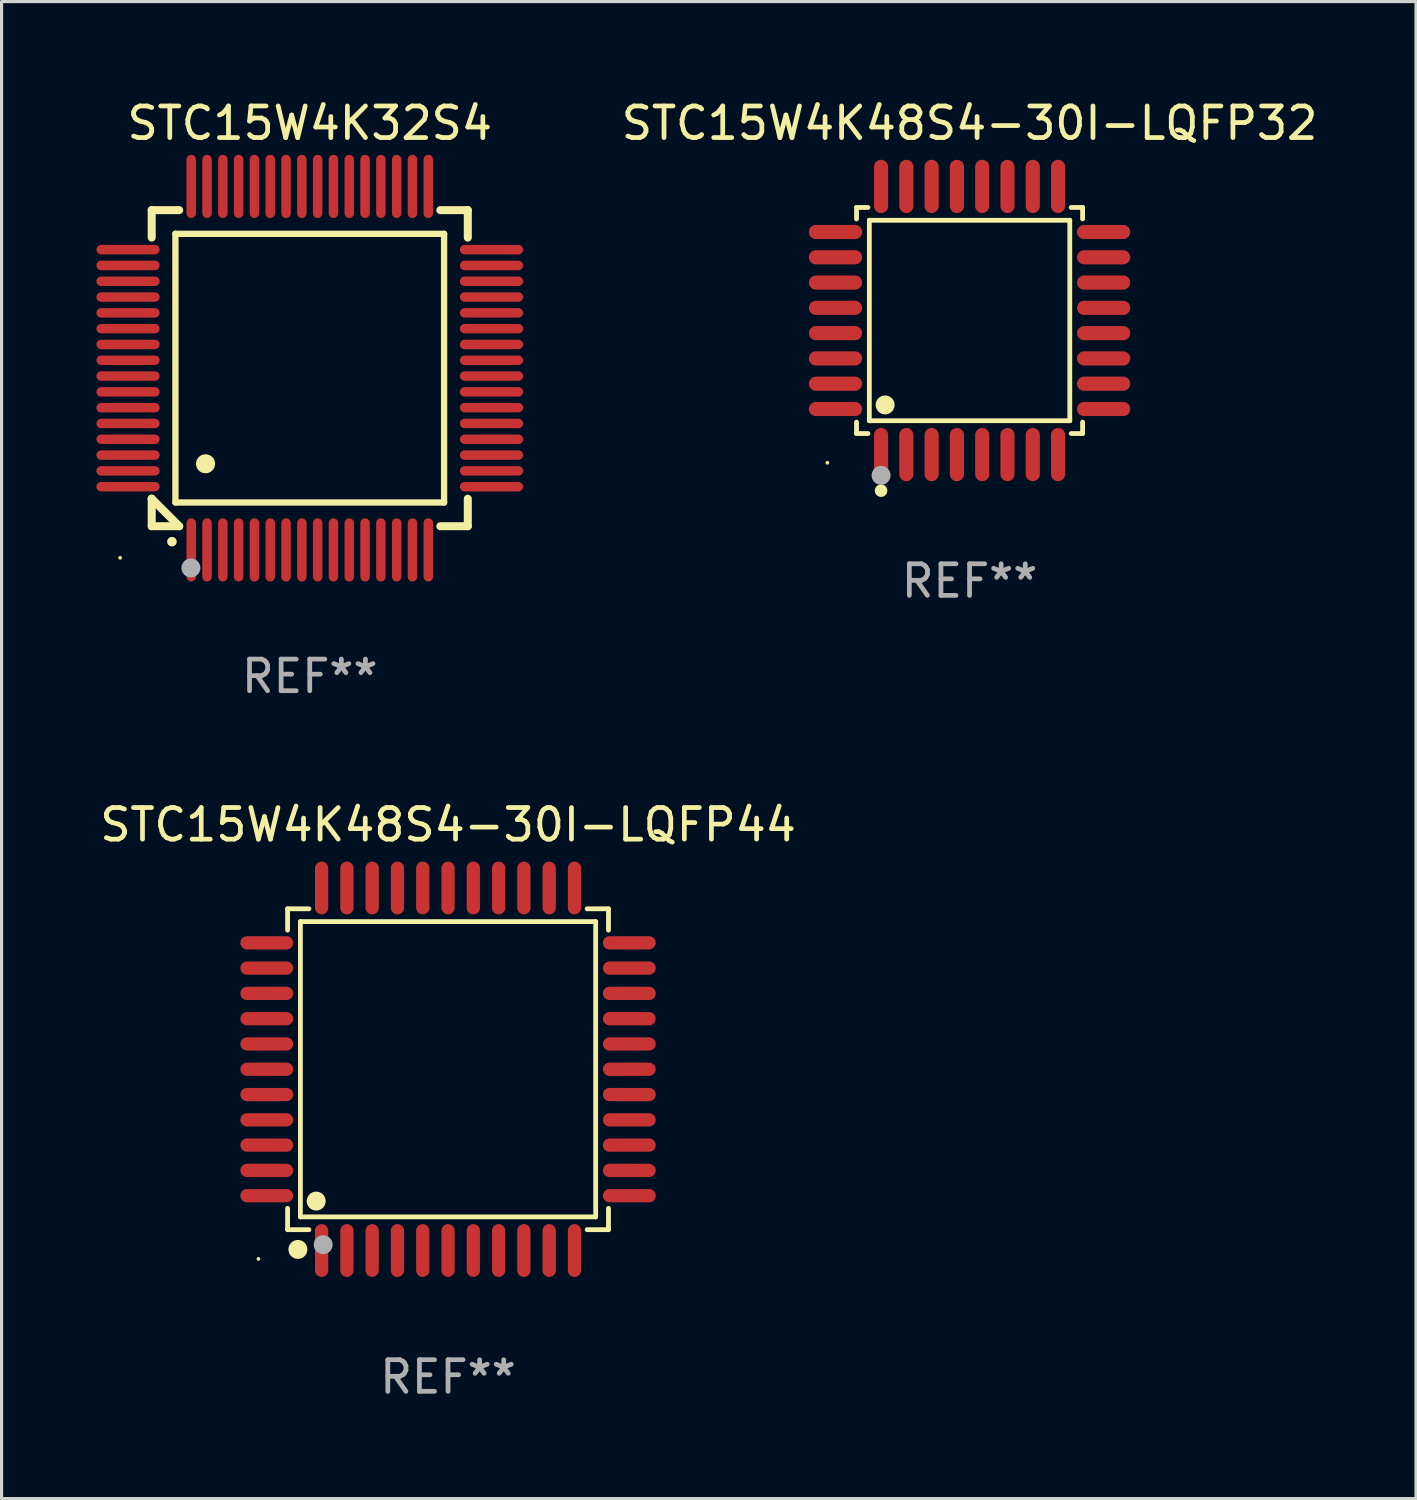
<source format=kicad_pcb>
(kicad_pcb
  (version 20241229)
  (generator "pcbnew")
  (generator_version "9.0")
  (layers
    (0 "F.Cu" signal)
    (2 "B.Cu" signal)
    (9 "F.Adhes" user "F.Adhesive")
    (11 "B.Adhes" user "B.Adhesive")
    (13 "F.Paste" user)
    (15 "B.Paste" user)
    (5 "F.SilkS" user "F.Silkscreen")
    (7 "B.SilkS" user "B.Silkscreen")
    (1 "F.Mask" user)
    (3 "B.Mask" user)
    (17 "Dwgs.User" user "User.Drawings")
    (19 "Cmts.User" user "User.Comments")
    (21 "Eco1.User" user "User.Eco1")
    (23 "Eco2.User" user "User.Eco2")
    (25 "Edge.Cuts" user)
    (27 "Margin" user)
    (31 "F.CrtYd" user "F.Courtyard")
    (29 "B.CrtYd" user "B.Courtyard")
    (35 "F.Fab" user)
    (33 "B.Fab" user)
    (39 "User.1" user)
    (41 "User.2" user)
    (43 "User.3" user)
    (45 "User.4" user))
  (footprint "STC15W4K32S4"
    (layer "F.Cu")
    (at 6.75 8.598)
    (property "Reference" "STC15W4K32S4" (at 0 -7.75 0) (layer "F.SilkS") (effects (font (size 1 1) (thickness 0.15))))
    (attr through_hole)
    (fp_line (start -5 -5) (end -4.131 -5) (stroke (width 0.254) (type solid)) (layer "F.SilkS"))
    (fp_line (start -5 -4.131) (end -5 -5) (stroke (width 0.254) (type solid)) (layer "F.SilkS"))
    (fp_line (start -5 4.131) (end -5 4.131) (stroke (width 0.254) (type solid)) (layer "F.SilkS"))
    (fp_line (start -5 5) (end -5 4.131) (stroke (width 0.254) (type solid)) (layer "F.SilkS"))
    (fp_line (start -5 4.131) (end -4.131 5) (stroke (width 0.254) (type solid)) (layer "F.SilkS"))
    (fp_line (start -4.25 -4.25) (end -4.25 4.25) (stroke (width 0.2) (type solid)) (layer "F.SilkS"))
    (fp_line (start -4.25 4.25) (end 4.25 4.25) (stroke (width 0.2) (type solid)) (layer "F.SilkS"))
    (fp_line (start -4.131 5) (end -5 5) (stroke (width 0.254) (type solid)) (layer "F.SilkS"))
    (fp_line (start 4.25 -4.25) (end -4.25 -4.25) (stroke (width 0.2) (type solid)) (layer "F.SilkS"))
    (fp_line (start 4.25 4.25) (end 4.25 -4.25) (stroke (width 0.2) (type solid)) (layer "F.SilkS"))
    (fp_line (start 5 -5) (end 4.131 -5) (stroke (width 0.254) (type solid)) (layer "F.SilkS"))
    (fp_line (start 5 -5) (end 5 -4.131) (stroke (width 0.254) (type solid)) (layer "F.SilkS"))
    (fp_line (start 5 4.131) (end 5 5) (stroke (width 0.254) (type solid)) (layer "F.SilkS"))
    (fp_line (start 5 5) (end 4.131 5) (stroke (width 0.254) (type solid)) (layer "F.SilkS"))
    (fp_arc (start -4.361265 5.489992) (mid -4.359995 5.489987) (end -4.358725 5.489992) (stroke (width 0.3) (type solid)) (layer "F.SilkS"))
    (fp_arc (start -3.299467 3.025146) (mid -3.296927 3.025135) (end -3.294387 3.025146) (stroke (width 0.6) (type solid)) (layer "F.SilkS"))
    (fp_circle (center -6 6) (end -5.97 6) (stroke (width 0.06) (type solid)) (fill no) (layer "F.SilkS"))
    (fp_circle (center -3.76 6.32) (end -3.61 6.32) (stroke (width 0.3) (type solid)) (fill no) (layer "F.Fab"))
    (fp_text user "REF**" (at 0 9.75 0) (layer "F.Fab") (effects (font (size 1 1) (thickness 0.15))))
    (pad "1" smd oval (at -3.75 5.75) (size 0.3 2) (layers "F.Cu" "F.Mask" "F.Paste"))
    (pad "2" smd oval (at -3.25 5.75) (size 0.3 2) (layers "F.Cu" "F.Mask" "F.Paste"))
    (pad "3" smd oval (at -2.75 5.75) (size 0.3 2) (layers "F.Cu" "F.Mask" "F.Paste"))
    (pad "4" smd oval (at -2.25 5.75) (size 0.3 2) (layers "F.Cu" "F.Mask" "F.Paste"))
    (pad "5" smd oval (at -1.75 5.75) (size 0.3 2) (layers "F.Cu" "F.Mask" "F.Paste"))
    (pad "6" smd oval (at -1.25 5.75) (size 0.3 2) (layers "F.Cu" "F.Mask" "F.Paste"))
    (pad "7" smd oval (at -0.75 5.75) (size 0.3 2) (layers "F.Cu" "F.Mask" "F.Paste"))
    (pad "8" smd oval (at -0.25 5.75) (size 0.3 2) (layers "F.Cu" "F.Mask" "F.Paste"))
    (pad "9" smd oval (at 0.25 5.75) (size 0.3 2) (layers "F.Cu" "F.Mask" "F.Paste"))
    (pad "10" smd oval (at 0.75 5.75) (size 0.3 2) (layers "F.Cu" "F.Mask" "F.Paste"))
    (pad "11" smd oval (at 1.25 5.75) (size 0.3 2) (layers "F.Cu" "F.Mask" "F.Paste"))
    (pad "12" smd oval (at 1.75 5.75) (size 0.3 2) (layers "F.Cu" "F.Mask" "F.Paste"))
    (pad "13" smd oval (at 2.25 5.75) (size 0.3 2) (layers "F.Cu" "F.Mask" "F.Paste"))
    (pad "14" smd oval (at 2.75 5.75) (size 0.3 2) (layers "F.Cu" "F.Mask" "F.Paste"))
    (pad "15" smd oval (at 3.25 5.75) (size 0.3 2) (layers "F.Cu" "F.Mask" "F.Paste"))
    (pad "16" smd oval (at 3.75 5.75) (size 0.3 2) (layers "F.Cu" "F.Mask" "F.Paste"))
    (pad "17" smd oval (at 5.75 3.75) (size 2 0.3) (layers "F.Cu" "F.Mask" "F.Paste"))
    (pad "18" smd oval (at 5.75 3.25) (size 2 0.3) (layers "F.Cu" "F.Mask" "F.Paste"))
    (pad "19" smd oval (at 5.75 2.75) (size 2 0.3) (layers "F.Cu" "F.Mask" "F.Paste"))
    (pad "20" smd oval (at 5.75 2.25) (size 2 0.3) (layers "F.Cu" "F.Mask" "F.Paste"))
    (pad "21" smd oval (at 5.75 1.75) (size 2 0.3) (layers "F.Cu" "F.Mask" "F.Paste"))
    (pad "22" smd oval (at 5.75 1.25) (size 2 0.3) (layers "F.Cu" "F.Mask" "F.Paste"))
    (pad "23" smd oval (at 5.75 0.75) (size 2 0.3) (layers "F.Cu" "F.Mask" "F.Paste"))
    (pad "24" smd oval (at 5.75 0.25) (size 2 0.3) (layers "F.Cu" "F.Mask" "F.Paste"))
    (pad "25" smd oval (at 5.75 -0.25) (size 2 0.3) (layers "F.Cu" "F.Mask" "F.Paste"))
    (pad "26" smd oval (at 5.75 -0.75) (size 2 0.3) (layers "F.Cu" "F.Mask" "F.Paste"))
    (pad "27" smd oval (at 5.75 -1.25) (size 2 0.3) (layers "F.Cu" "F.Mask" "F.Paste"))
    (pad "28" smd oval (at 5.75 -1.75) (size 2 0.3) (layers "F.Cu" "F.Mask" "F.Paste"))
    (pad "29" smd oval (at 5.75 -2.25) (size 2 0.3) (layers "F.Cu" "F.Mask" "F.Paste"))
    (pad "30" smd oval (at 5.75 -2.75) (size 2 0.3) (layers "F.Cu" "F.Mask" "F.Paste"))
    (pad "31" smd oval (at 5.75 -3.25) (size 2 0.3) (layers "F.Cu" "F.Mask" "F.Paste"))
    (pad "32" smd oval (at 5.75 -3.75) (size 2 0.3) (layers "F.Cu" "F.Mask" "F.Paste"))
    (pad "33" smd oval (at 3.75 -5.75) (size 0.3 2) (layers "F.Cu" "F.Mask" "F.Paste"))
    (pad "34" smd oval (at 3.25 -5.75) (size 0.3 2) (layers "F.Cu" "F.Mask" "F.Paste"))
    (pad "35" smd oval (at 2.75 -5.75) (size 0.3 2) (layers "F.Cu" "F.Mask" "F.Paste"))
    (pad "36" smd oval (at 2.25 -5.75) (size 0.3 2) (layers "F.Cu" "F.Mask" "F.Paste"))
    (pad "37" smd oval (at 1.75 -5.75) (size 0.3 2) (layers "F.Cu" "F.Mask" "F.Paste"))
    (pad "38" smd oval (at 1.25 -5.75) (size 0.3 2) (layers "F.Cu" "F.Mask" "F.Paste"))
    (pad "39" smd oval (at 0.75 -5.75) (size 0.3 2) (layers "F.Cu" "F.Mask" "F.Paste"))
    (pad "40" smd oval (at 0.25 -5.75) (size 0.3 2) (layers "F.Cu" "F.Mask" "F.Paste"))
    (pad "41" smd oval (at -0.25 -5.75) (size 0.3 2) (layers "F.Cu" "F.Mask" "F.Paste"))
    (pad "42" smd oval (at -0.75 -5.75) (size 0.3 2) (layers "F.Cu" "F.Mask" "F.Paste"))
    (pad "43" smd oval (at -1.25 -5.75) (size 0.3 2) (layers "F.Cu" "F.Mask" "F.Paste"))
    (pad "44" smd oval (at -1.75 -5.75) (size 0.3 2) (layers "F.Cu" "F.Mask" "F.Paste"))
    (pad "45" smd oval (at -2.25 -5.75) (size 0.3 2) (layers "F.Cu" "F.Mask" "F.Paste"))
    (pad "46" smd oval (at -2.75 -5.75) (size 0.3 2) (layers "F.Cu" "F.Mask" "F.Paste"))
    (pad "47" smd oval (at -3.25 -5.75) (size 0.3 2) (layers "F.Cu" "F.Mask" "F.Paste"))
    (pad "48" smd oval (at -3.75 -5.75) (size 0.3 2) (layers "F.Cu" "F.Mask" "F.Paste"))
    (pad "49" smd oval (at -5.75 -3.75) (size 2 0.3) (layers "F.Cu" "F.Mask" "F.Paste"))
    (pad "50" smd oval (at -5.75 -3.25) (size 2 0.3) (layers "F.Cu" "F.Mask" "F.Paste"))
    (pad "51" smd oval (at -5.75 -2.75) (size 2 0.3) (layers "F.Cu" "F.Mask" "F.Paste"))
    (pad "52" smd oval (at -5.75 -2.25) (size 2 0.3) (layers "F.Cu" "F.Mask" "F.Paste"))
    (pad "53" smd oval (at -5.75 -1.75) (size 2 0.3) (layers "F.Cu" "F.Mask" "F.Paste"))
    (pad "54" smd oval (at -5.75 -1.25) (size 2 0.3) (layers "F.Cu" "F.Mask" "F.Paste"))
    (pad "55" smd oval (at -5.75 -0.75) (size 2 0.3) (layers "F.Cu" "F.Mask" "F.Paste"))
    (pad "56" smd oval (at -5.75 -0.25) (size 2 0.3) (layers "F.Cu" "F.Mask" "F.Paste"))
    (pad "57" smd oval (at -5.75 0.25) (size 2 0.3) (layers "F.Cu" "F.Mask" "F.Paste"))
    (pad "58" smd oval (at -5.75 0.75) (size 2 0.3) (layers "F.Cu" "F.Mask" "F.Paste"))
    (pad "59" smd oval (at -5.75 1.25) (size 2 0.3) (layers "F.Cu" "F.Mask" "F.Paste"))
    (pad "60" smd oval (at -5.75 1.75) (size 2 0.3) (layers "F.Cu" "F.Mask" "F.Paste"))
    (pad "61" smd oval (at -5.75 2.25) (size 2 0.3) (layers "F.Cu" "F.Mask" "F.Paste"))
    (pad "62" smd oval (at -5.75 2.75) (size 2 0.3) (layers "F.Cu" "F.Mask" "F.Paste"))
    (pad "63" smd oval (at -5.75 3.25) (size 2 0.3) (layers "F.Cu" "F.Mask" "F.Paste"))
    (pad "64" smd oval (at -5.75 3.75) (size 2 0.3) (layers "F.Cu" "F.Mask" "F.Paste")))
  (footprint "STC15W4K48S4-30I-LQFP44"
    (layer "F.Cu")
    (at 11.125 30.779)
    (property "Reference" "STC15W4K48S4-30I-LQFP44" (at 0 -7.735 0) (layer "F.SilkS") (effects (font (size 1 1) (thickness 0.15))))
    (attr through_hole)
    (fp_line (start -5.076 -5.076) (end -4.401 -5.076) (stroke (width 0.152) (type solid)) (layer "F.SilkS"))
    (fp_line (start -5.076 -4.401) (end -5.076 -5.076) (stroke (width 0.152) (type solid)) (layer "F.SilkS"))
    (fp_line (start -5.076 4.401) (end -5.076 5.076) (stroke (width 0.152) (type solid)) (layer "F.SilkS"))
    (fp_line (start -5.076 5.076) (end -4.401 5.076) (stroke (width 0.152) (type solid)) (layer "F.SilkS"))
    (fp_line (start -4.671 -4.671) (end 4.671 -4.671) (stroke (width 0.152) (type solid)) (layer "F.SilkS"))
    (fp_line (start -4.671 4.671) (end -4.671 -4.671) (stroke (width 0.152) (type solid)) (layer "F.SilkS"))
    (fp_line (start 4.671 -4.671) (end 4.671 4.671) (stroke (width 0.152) (type solid)) (layer "F.SilkS"))
    (fp_line (start 4.671 4.671) (end -4.671 4.671) (stroke (width 0.152) (type solid)) (layer "F.SilkS"))
    (fp_line (start 5.076 -5.076) (end 4.401 -5.076) (stroke (width 0.152) (type solid)) (layer "F.SilkS"))
    (fp_line (start 5.076 -4.401) (end 5.076 -5.076) (stroke (width 0.152) (type solid)) (layer "F.SilkS"))
    (fp_line (start 5.076 4.401) (end 5.076 5.076) (stroke (width 0.152) (type solid)) (layer "F.SilkS"))
    (fp_line (start 5.076 5.076) (end 4.401 5.076) (stroke (width 0.152) (type solid)) (layer "F.SilkS"))
    (fp_circle (center -6 6) (end -5.97 6) (stroke (width 0.06) (type solid)) (fill no) (layer "F.SilkS"))
    (fp_circle (center -4.75 5.7) (end -4.6 5.7) (stroke (width 0.3) (type solid)) (fill no) (layer "F.SilkS"))
    (fp_circle (center -4.171 4.171) (end -4.021 4.171) (stroke (width 0.3) (type solid)) (fill no) (layer "F.SilkS"))
    (fp_circle (center -3.95 5.55) (end -3.8 5.55) (stroke (width 0.3) (type solid)) (fill no) (layer "F.Fab"))
    (fp_text user "REF**" (at 0 9.735 0) (layer "F.Fab") (effects (font (size 1 1) (thickness 0.15))))
    (pad "1" smd oval (at -4 5.735) (size 0.42 1.67) (layers "F.Cu" "F.Mask" "F.Paste"))
    (pad "2" smd oval (at -3.2 5.735) (size 0.42 1.67) (layers "F.Cu" "F.Mask" "F.Paste"))
    (pad "3" smd oval (at -2.4 5.735) (size 0.42 1.67) (layers "F.Cu" "F.Mask" "F.Paste"))
    (pad "4" smd oval (at -1.6 5.735) (size 0.42 1.67) (layers "F.Cu" "F.Mask" "F.Paste"))
    (pad "5" smd oval (at -0.8 5.735) (size 0.42 1.67) (layers "F.Cu" "F.Mask" "F.Paste"))
    (pad "6" smd oval (at 0 5.735) (size 0.42 1.67) (layers "F.Cu" "F.Mask" "F.Paste"))
    (pad "7" smd oval (at 0.8 5.735) (size 0.42 1.67) (layers "F.Cu" "F.Mask" "F.Paste"))
    (pad "8" smd oval (at 1.6 5.735) (size 0.42 1.67) (layers "F.Cu" "F.Mask" "F.Paste"))
    (pad "9" smd oval (at 2.4 5.735) (size 0.42 1.67) (layers "F.Cu" "F.Mask" "F.Paste"))
    (pad "10" smd oval (at 3.2 5.735) (size 0.42 1.67) (layers "F.Cu" "F.Mask" "F.Paste"))
    (pad "11" smd oval (at 4 5.735) (size 0.42 1.67) (layers "F.Cu" "F.Mask" "F.Paste"))
    (pad "12" smd oval (at 5.735 4) (size 1.67 0.42) (layers "F.Cu" "F.Mask" "F.Paste"))
    (pad "13" smd oval (at 5.735 3.2) (size 1.67 0.42) (layers "F.Cu" "F.Mask" "F.Paste"))
    (pad "14" smd oval (at 5.735 2.4) (size 1.67 0.42) (layers "F.Cu" "F.Mask" "F.Paste"))
    (pad "15" smd oval (at 5.735 1.6) (size 1.67 0.42) (layers "F.Cu" "F.Mask" "F.Paste"))
    (pad "16" smd oval (at 5.735 0.8) (size 1.67 0.42) (layers "F.Cu" "F.Mask" "F.Paste"))
    (pad "17" smd oval (at 5.735 0) (size 1.67 0.42) (layers "F.Cu" "F.Mask" "F.Paste"))
    (pad "18" smd oval (at 5.735 -0.8) (size 1.67 0.42) (layers "F.Cu" "F.Mask" "F.Paste"))
    (pad "19" smd oval (at 5.735 -1.6) (size 1.67 0.42) (layers "F.Cu" "F.Mask" "F.Paste"))
    (pad "20" smd oval (at 5.735 -2.4) (size 1.67 0.42) (layers "F.Cu" "F.Mask" "F.Paste"))
    (pad "21" smd oval (at 5.735 -3.2) (size 1.67 0.42) (layers "F.Cu" "F.Mask" "F.Paste"))
    (pad "22" smd oval (at 5.735 -4) (size 1.67 0.42) (layers "F.Cu" "F.Mask" "F.Paste"))
    (pad "23" smd oval (at 4 -5.735) (size 0.42 1.67) (layers "F.Cu" "F.Mask" "F.Paste"))
    (pad "24" smd oval (at 3.2 -5.735) (size 0.42 1.67) (layers "F.Cu" "F.Mask" "F.Paste"))
    (pad "25" smd oval (at 2.4 -5.735) (size 0.42 1.67) (layers "F.Cu" "F.Mask" "F.Paste"))
    (pad "26" smd oval (at 1.6 -5.735) (size 0.42 1.67) (layers "F.Cu" "F.Mask" "F.Paste"))
    (pad "27" smd oval (at 0.8 -5.735) (size 0.42 1.67) (layers "F.Cu" "F.Mask" "F.Paste"))
    (pad "28" smd oval (at 0 -5.735) (size 0.42 1.67) (layers "F.Cu" "F.Mask" "F.Paste"))
    (pad "29" smd oval (at -0.8 -5.735) (size 0.42 1.67) (layers "F.Cu" "F.Mask" "F.Paste"))
    (pad "30" smd oval (at -1.6 -5.735) (size 0.42 1.67) (layers "F.Cu" "F.Mask" "F.Paste"))
    (pad "31" smd oval (at -2.4 -5.735) (size 0.42 1.67) (layers "F.Cu" "F.Mask" "F.Paste"))
    (pad "32" smd oval (at -3.2 -5.735) (size 0.42 1.67) (layers "F.Cu" "F.Mask" "F.Paste"))
    (pad "33" smd oval (at -4 -5.735) (size 0.42 1.67) (layers "F.Cu" "F.Mask" "F.Paste"))
    (pad "34" smd oval (at -5.735 -4) (size 1.67 0.42) (layers "F.Cu" "F.Mask" "F.Paste"))
    (pad "35" smd oval (at -5.735 -3.2) (size 1.67 0.42) (layers "F.Cu" "F.Mask" "F.Paste"))
    (pad "36" smd oval (at -5.735 -2.4) (size 1.67 0.42) (layers "F.Cu" "F.Mask" "F.Paste"))
    (pad "37" smd oval (at -5.735 -1.6) (size 1.67 0.42) (layers "F.Cu" "F.Mask" "F.Paste"))
    (pad "38" smd oval (at -5.735 -0.8) (size 1.67 0.42) (layers "F.Cu" "F.Mask" "F.Paste"))
    (pad "39" smd oval (at -5.735 0) (size 1.67 0.42) (layers "F.Cu" "F.Mask" "F.Paste"))
    (pad "40" smd oval (at -5.735 0.8) (size 1.67 0.42) (layers "F.Cu" "F.Mask" "F.Paste"))
    (pad "41" smd oval (at -5.735 1.6) (size 1.67 0.42) (layers "F.Cu" "F.Mask" "F.Paste"))
    (pad "42" smd oval (at -5.735 2.4) (size 1.67 0.42) (layers "F.Cu" "F.Mask" "F.Paste"))
    (pad "43" smd oval (at -5.735 3.2) (size 1.67 0.42) (layers "F.Cu" "F.Mask" "F.Paste"))
    (pad "44" smd oval (at -5.735 4) (size 1.67 0.42) (layers "F.Cu" "F.Mask" "F.Paste")))
  (footprint "STC15W4K48S4-30I-LQFP32"
    (layer "F.Cu")
    (at 27.625 7.09)
    (property "Reference" "STC15W4K48S4-30I-LQFP32" (at 0 -6.242 0) (layer "F.SilkS") (effects (font (size 1 1) (thickness 0.15))))
    (attr through_hole)
    (fp_line (start -3.576 -3.576) (end -3.215 -3.576) (stroke (width 0.152) (type solid)) (layer "F.SilkS"))
    (fp_line (start -3.576 -3.215) (end -3.576 -3.576) (stroke (width 0.152) (type solid)) (layer "F.SilkS"))
    (fp_line (start -3.576 3.215) (end -3.576 3.576) (stroke (width 0.152) (type solid)) (layer "F.SilkS"))
    (fp_line (start -3.576 3.576) (end -3.215 3.576) (stroke (width 0.152) (type solid)) (layer "F.SilkS"))
    (fp_line (start -3.171 -3.171) (end 3.171 -3.171) (stroke (width 0.152) (type solid)) (layer "F.SilkS"))
    (fp_line (start -3.171 3.171) (end -3.171 -3.171) (stroke (width 0.152) (type solid)) (layer "F.SilkS"))
    (fp_line (start 3.171 -3.171) (end 3.171 3.171) (stroke (width 0.152) (type solid)) (layer "F.SilkS"))
    (fp_line (start 3.171 3.171) (end -3.171 3.171) (stroke (width 0.152) (type solid)) (layer "F.SilkS"))
    (fp_line (start 3.576 -3.576) (end 3.215 -3.576) (stroke (width 0.152) (type solid)) (layer "F.SilkS"))
    (fp_line (start 3.576 -3.215) (end 3.576 -3.576) (stroke (width 0.152) (type solid)) (layer "F.SilkS"))
    (fp_line (start 3.576 3.215) (end 3.576 3.576) (stroke (width 0.152) (type solid)) (layer "F.SilkS"))
    (fp_line (start 3.576 3.576) (end 3.215 3.576) (stroke (width 0.152) (type solid)) (layer "F.SilkS"))
    (fp_circle (center -4.5 4.5) (end -4.47 4.5) (stroke (width 0.06) (type solid)) (fill no) (layer "F.SilkS"))
    (fp_circle (center -2.8 5.384) (end -2.7 5.384) (stroke (width 0.2) (type solid)) (fill no) (layer "F.SilkS"))
    (fp_circle (center -2.671 2.671) (end -2.521 2.671) (stroke (width 0.3) (type solid)) (fill no) (layer "F.SilkS"))
    (fp_circle (center -2.8 4.9) (end -2.65 4.9) (stroke (width 0.3) (type solid)) (fill no) (layer "F.Fab"))
    (fp_text user "REF**" (at 0 8.242 0) (layer "F.Fab") (effects (font (size 1 1) (thickness 0.15))))
    (pad "1" smd oval (at -2.8 4.242) (size 0.448 1.684) (layers "F.Cu" "F.Mask" "F.Paste"))
    (pad "2" smd oval (at -2 4.242) (size 0.448 1.684) (layers "F.Cu" "F.Mask" "F.Paste"))
    (pad "3" smd oval (at -1.2 4.242) (size 0.448 1.684) (layers "F.Cu" "F.Mask" "F.Paste"))
    (pad "4" smd oval (at -0.4 4.242) (size 0.448 1.684) (layers "F.Cu" "F.Mask" "F.Paste"))
    (pad "5" smd oval (at 0.4 4.242) (size 0.448 1.684) (layers "F.Cu" "F.Mask" "F.Paste"))
    (pad "6" smd oval (at 1.2 4.242) (size 0.448 1.684) (layers "F.Cu" "F.Mask" "F.Paste"))
    (pad "7" smd oval (at 2 4.242) (size 0.448 1.684) (layers "F.Cu" "F.Mask" "F.Paste"))
    (pad "8" smd oval (at 2.8 4.242) (size 0.448 1.684) (layers "F.Cu" "F.Mask" "F.Paste"))
    (pad "9" smd oval (at 4.242 2.8) (size 1.684 0.448) (layers "F.Cu" "F.Mask" "F.Paste"))
    (pad "10" smd oval (at 4.242 2) (size 1.684 0.448) (layers "F.Cu" "F.Mask" "F.Paste"))
    (pad "11" smd oval (at 4.242 1.2) (size 1.684 0.448) (layers "F.Cu" "F.Mask" "F.Paste"))
    (pad "12" smd oval (at 4.242 0.4) (size 1.684 0.448) (layers "F.Cu" "F.Mask" "F.Paste"))
    (pad "13" smd oval (at 4.242 -0.4) (size 1.684 0.448) (layers "F.Cu" "F.Mask" "F.Paste"))
    (pad "14" smd oval (at 4.242 -1.2) (size 1.684 0.448) (layers "F.Cu" "F.Mask" "F.Paste"))
    (pad "15" smd oval (at 4.242 -2) (size 1.684 0.448) (layers "F.Cu" "F.Mask" "F.Paste"))
    (pad "16" smd oval (at 4.242 -2.8) (size 1.684 0.448) (layers "F.Cu" "F.Mask" "F.Paste"))
    (pad "17" smd oval (at 2.8 -4.242) (size 0.448 1.684) (layers "F.Cu" "F.Mask" "F.Paste"))
    (pad "18" smd oval (at 2 -4.242) (size 0.448 1.684) (layers "F.Cu" "F.Mask" "F.Paste"))
    (pad "19" smd oval (at 1.2 -4.242) (size 0.448 1.684) (layers "F.Cu" "F.Mask" "F.Paste"))
    (pad "20" smd oval (at 0.4 -4.242) (size 0.448 1.684) (layers "F.Cu" "F.Mask" "F.Paste"))
    (pad "21" smd oval (at -0.4 -4.242) (size 0.448 1.684) (layers "F.Cu" "F.Mask" "F.Paste"))
    (pad "22" smd oval (at -1.2 -4.242) (size 0.448 1.684) (layers "F.Cu" "F.Mask" "F.Paste"))
    (pad "23" smd oval (at -2 -4.242) (size 0.448 1.684) (layers "F.Cu" "F.Mask" "F.Paste"))
    (pad "24" smd oval (at -2.8 -4.242) (size 0.448 1.684) (layers "F.Cu" "F.Mask" "F.Paste"))
    (pad "25" smd oval (at -4.242 -2.8) (size 1.684 0.448) (layers "F.Cu" "F.Mask" "F.Paste"))
    (pad "26" smd oval (at -4.242 -2) (size 1.684 0.448) (layers "F.Cu" "F.Mask" "F.Paste"))
    (pad "27" smd oval (at -4.242 -1.2) (size 1.684 0.448) (layers "F.Cu" "F.Mask" "F.Paste"))
    (pad "28" smd oval (at -4.242 -0.4) (size 1.684 0.448) (layers "F.Cu" "F.Mask" "F.Paste"))
    (pad "29" smd oval (at -4.242 0.4) (size 1.684 0.448) (layers "F.Cu" "F.Mask" "F.Paste"))
    (pad "30" smd oval (at -4.242 1.2) (size 1.684 0.448) (layers "F.Cu" "F.Mask" "F.Paste"))
    (pad "31" smd oval (at -4.242 2) (size 1.684 0.448) (layers "F.Cu" "F.Mask" "F.Paste"))
    (pad "32" smd oval (at -4.242 2.8) (size 1.684 0.448) (layers "F.Cu" "F.Mask" "F.Paste")))
  (gr_rect
    (start -3 -3)
    (end 41.75 44.363)
    (stroke (width 0.1) (type default))
    (fill no)
    (layer "Edge.Cuts")))
</source>
